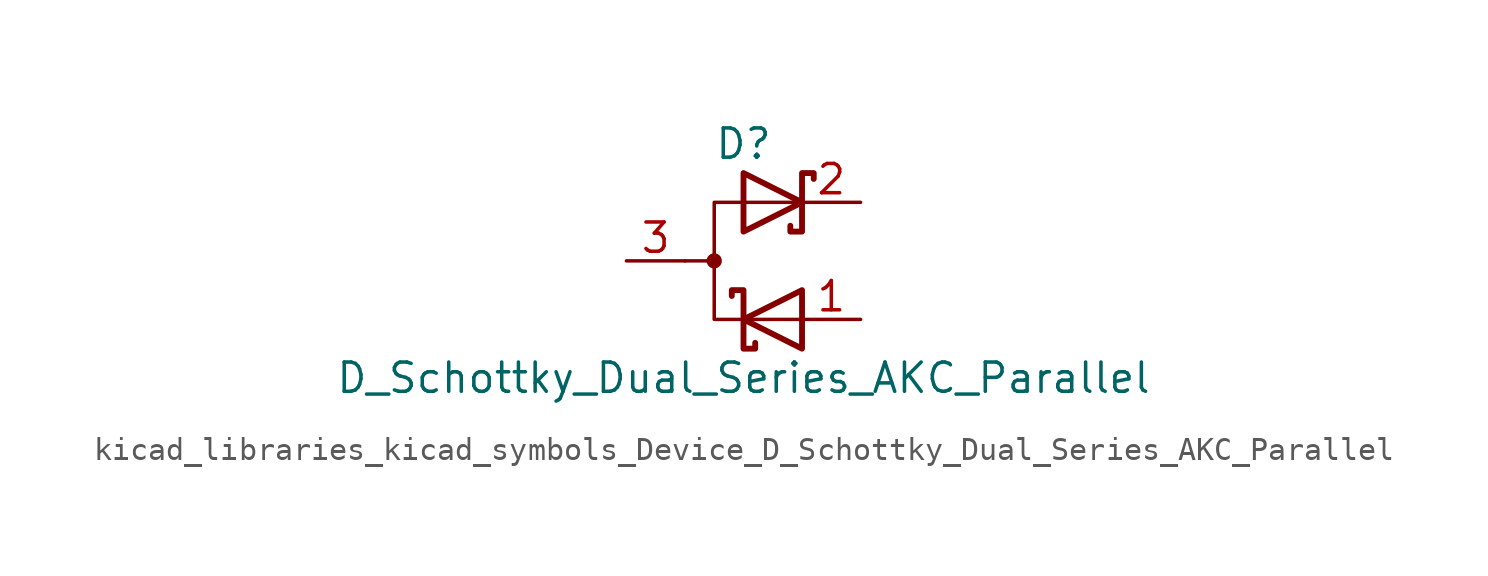
<source format=kicad_sym>
(kicad_symbol_lib
  (version 20220914)
  (generator kicad_symbol_editor)
  (symbol "kicad_libraries_kicad_symbols_Device_D_Schottky_Dual_Series_AKC_Parallel"
    (pin_names
      (offset 0.762) hide)
    (property "Reference" "D"
      (at 0 5.08 0)
      (effects (font (size 1.27 1.27))))
    (property "Value" "D_Schottky_Dual_Series_AKC_Parallel"
      (at 0 -5.08 0)
      (effects (font (size 1.27 1.27))))
    (symbol "kicad_libraries_kicad_symbols_Device_D_Schottky_Dual_Series_AKC_Parallel_0_1"
      (circle (center -1.27 0) (radius 0.254) (stroke (width 0) (type default)) (fill (type outline)))
      (polyline (pts (xy -1.27 0) (xy -2.54 0)) (stroke (width 0) (type default)) (fill (type none)))
      (polyline (pts (xy 2.54 2.54) (xy -1.27 2.54) (xy -1.27 -2.54) (xy 2.54 -2.54)) (stroke (width 0) (type default)) (fill (type none)))
      (polyline (pts (xy -0.508 -1.524) (xy -0.508 -1.27) (xy 0 -1.27) (xy 0 -3.81) (xy 0.508 -3.81) (xy 0.508 -3.556)) (stroke (width 0.254) (type default)) (fill (type none)))
      (polyline (pts (xy 0 3.81) (xy 2.54 2.54) (xy 0 1.27) (xy 0 3.81) (xy 0 3.81) (xy 0 3.81)) (stroke (width 0.254) (type default)) (fill (type none)))
      (polyline (pts (xy 2.54 -1.27) (xy 0 -2.54) (xy 2.54 -3.81) (xy 2.54 -1.27) (xy 2.54 -1.27) (xy 2.54 -1.27)) (stroke (width 0.254) (type default)) (fill (type none)))
      (polyline (pts (xy 3.048 3.556) (xy 3.048 3.81) (xy 2.54 3.81) (xy 2.54 1.27) (xy 2.032 1.27) (xy 2.032 1.524)) (stroke (width 0.254) (type default)) (fill (type none)))
      (pin passive line (at 5.08 -2.54 180) (length 2.54) (name "K" (effects (font (size 1.27 1.27)))) (number "1" (effects (font (size 1.27 1.27)))))
      (pin passive line (at 5.08 2.54 180) (length 2.54) (name "K" (effects (font (size 1.27 1.27)))) (number "2" (effects (font (size 1.27 1.27)))))
      (pin passive line (at -5.08 0 0) (length 2.54) (name "A" (effects (font (size 1.27 1.27)))) (number "3" (effects (font (size 1.27 1.27))))))))
</source>
